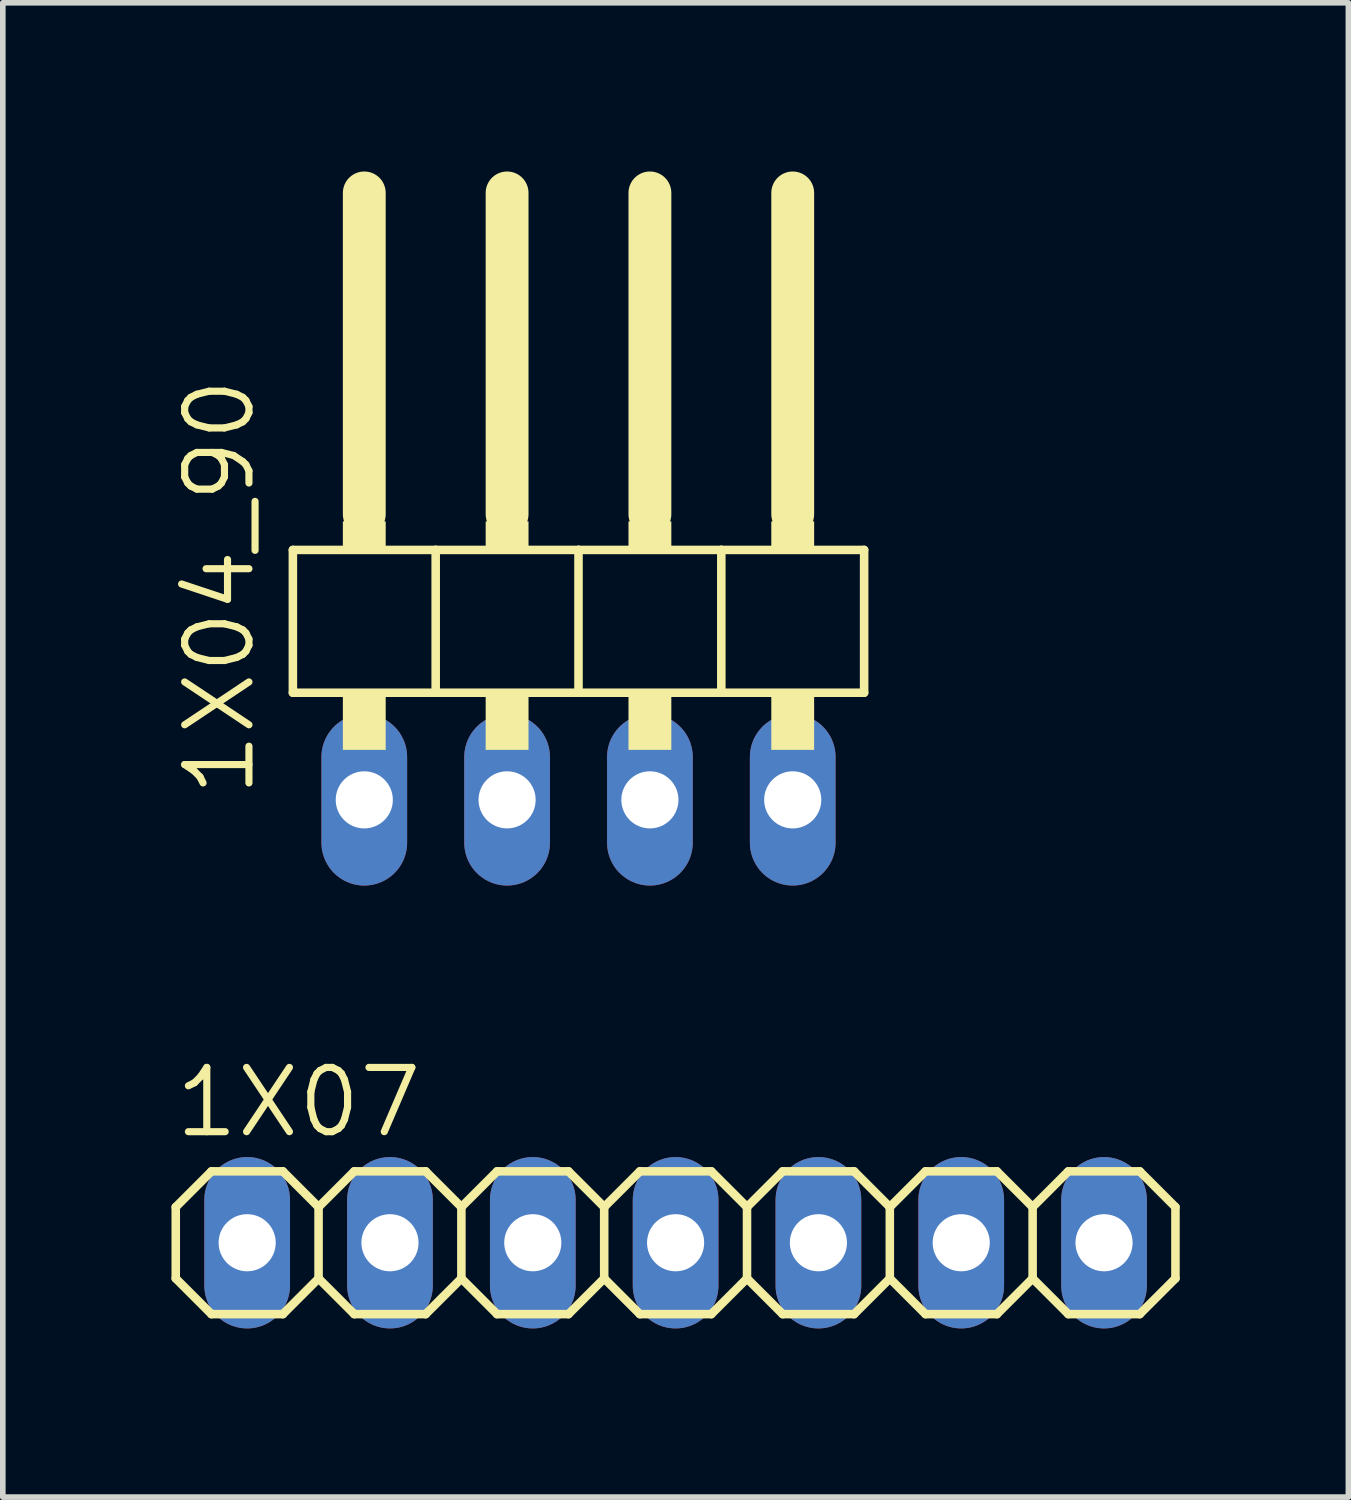
<source format=kicad_pcb>
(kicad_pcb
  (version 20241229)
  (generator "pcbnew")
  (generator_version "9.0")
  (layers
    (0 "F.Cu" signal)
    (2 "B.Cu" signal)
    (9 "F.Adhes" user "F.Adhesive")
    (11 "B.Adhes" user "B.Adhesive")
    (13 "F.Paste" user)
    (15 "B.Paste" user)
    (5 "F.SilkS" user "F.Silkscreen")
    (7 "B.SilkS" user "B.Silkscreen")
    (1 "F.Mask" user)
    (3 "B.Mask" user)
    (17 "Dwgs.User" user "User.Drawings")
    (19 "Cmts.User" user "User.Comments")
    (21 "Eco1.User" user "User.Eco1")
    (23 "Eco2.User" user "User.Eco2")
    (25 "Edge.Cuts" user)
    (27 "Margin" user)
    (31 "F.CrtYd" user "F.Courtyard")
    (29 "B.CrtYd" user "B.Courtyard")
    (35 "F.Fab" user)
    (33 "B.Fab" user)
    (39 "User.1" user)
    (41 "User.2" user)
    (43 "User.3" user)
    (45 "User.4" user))
  (footprint "1X04_90"
    (layer "F.Cu")
    (at 7.239 7.366)
    (property "Reference" "1X04_90" (at -5.715 3.81 90) (layer "F.SilkS") (effects (font (size 1.143 1.143) (thickness 0.127)) (justify left bottom)))
    (fp_line (start -5.08 -0.635) (end -5.08 1.905) (stroke (width 0.152) (type solid)) (layer "F.SilkS"))
    (fp_line (start -5.08 1.905) (end -2.54 1.905) (stroke (width 0.152) (type solid)) (layer "F.SilkS"))
    (fp_line (start -3.81 -6.985) (end -3.81 -1.27) (stroke (width 0.762) (type solid)) (layer "F.SilkS"))
    (fp_line (start -2.54 -0.635) (end -5.08 -0.635) (stroke (width 0.152) (type solid)) (layer "F.SilkS"))
    (fp_line (start -2.54 1.905) (end -2.54 -0.635) (stroke (width 0.152) (type solid)) (layer "F.SilkS"))
    (fp_line (start -2.54 1.905) (end 0 1.905) (stroke (width 0.152) (type solid)) (layer "F.SilkS"))
    (fp_line (start -1.27 -6.985) (end -1.27 -1.27) (stroke (width 0.762) (type solid)) (layer "F.SilkS"))
    (fp_line (start 0 -0.635) (end -2.54 -0.635) (stroke (width 0.152) (type solid)) (layer "F.SilkS"))
    (fp_line (start 0 1.905) (end 0 -0.635) (stroke (width 0.152) (type solid)) (layer "F.SilkS"))
    (fp_line (start 0 1.905) (end 2.54 1.905) (stroke (width 0.152) (type solid)) (layer "F.SilkS"))
    (fp_line (start 1.27 -6.985) (end 1.27 -1.27) (stroke (width 0.762) (type solid)) (layer "F.SilkS"))
    (fp_line (start 2.54 -0.635) (end 0 -0.635) (stroke (width 0.152) (type solid)) (layer "F.SilkS"))
    (fp_line (start 2.54 1.905) (end 2.54 -0.635) (stroke (width 0.152) (type solid)) (layer "F.SilkS"))
    (fp_line (start 2.54 1.905) (end 5.08 1.905) (stroke (width 0.152) (type solid)) (layer "F.SilkS"))
    (fp_line (start 3.81 -6.985) (end 3.81 -1.27) (stroke (width 0.762) (type solid)) (layer "F.SilkS"))
    (fp_line (start 5.08 -0.635) (end 2.54 -0.635) (stroke (width 0.152) (type solid)) (layer "F.SilkS"))
    (fp_line (start 5.08 1.905) (end 5.08 -0.635) (stroke (width 0.152) (type solid)) (layer "F.SilkS"))
    (fp_poly (pts (xy -4.191 -0.635) (xy -3.429 -0.635) (xy -3.429 -1.143) (xy -4.191 -1.143)) (stroke (width 0) (type solid)) (fill yes) (layer "F.SilkS"))
    (fp_poly (pts (xy -4.191 2.921) (xy -3.429 2.921) (xy -3.429 1.905) (xy -4.191 1.905)) (stroke (width 0) (type solid)) (fill yes) (layer "F.SilkS"))
    (fp_poly (pts (xy -1.651 -0.635) (xy -0.889 -0.635) (xy -0.889 -1.143) (xy -1.651 -1.143)) (stroke (width 0) (type solid)) (fill yes) (layer "F.SilkS"))
    (fp_poly (pts (xy -1.651 2.921) (xy -0.889 2.921) (xy -0.889 1.905) (xy -1.651 1.905)) (stroke (width 0) (type solid)) (fill yes) (layer "F.SilkS"))
    (fp_poly (pts (xy 0.889 -0.635) (xy 1.651 -0.635) (xy 1.651 -1.143) (xy 0.889 -1.143)) (stroke (width 0) (type solid)) (fill yes) (layer "F.SilkS"))
    (fp_poly (pts (xy 0.889 2.921) (xy 1.651 2.921) (xy 1.651 1.905) (xy 0.889 1.905)) (stroke (width 0) (type solid)) (fill yes) (layer "F.SilkS"))
    (fp_poly (pts (xy 3.429 -0.635) (xy 4.191 -0.635) (xy 4.191 -1.143) (xy 3.429 -1.143)) (stroke (width 0) (type solid)) (fill yes) (layer "F.SilkS"))
    (fp_poly (pts (xy 3.429 2.921) (xy 4.191 2.921) (xy 4.191 1.905) (xy 3.429 1.905)) (stroke (width 0) (type solid)) (fill yes) (layer "F.SilkS"))
    (pad "1" thru_hole oval (at -3.81 3.81 90) (size 3.048 1.524) (drill 1.016) (layers "*.Cu" "*.Mask"))
    (pad "2" thru_hole oval (at -1.27 3.81 90) (size 3.048 1.524) (drill 1.016) (layers "*.Cu" "*.Mask"))
    (pad "3" thru_hole oval (at 1.27 3.81 90) (size 3.048 1.524) (drill 1.016) (layers "*.Cu" "*.Mask"))
    (pad "4" thru_hole oval (at 3.81 3.81 90) (size 3.048 1.524) (drill 1.016) (layers "*.Cu" "*.Mask")))
  (footprint "1X07"
    (layer "F.Cu")
    (at 8.966 19.053)
    (property "Reference" "1X07" (at -8.966 -1.829 0) (layer "F.SilkS") (effects (font (size 1.143 1.143) (thickness 0.127)) (justify left bottom)))
    (fp_line (start -8.89 -0.635) (end -8.89 0.635) (stroke (width 0.152) (type solid)) (layer "F.SilkS"))
    (fp_line (start -8.89 0.635) (end -8.255 1.27) (stroke (width 0.152) (type solid)) (layer "F.SilkS"))
    (fp_line (start -8.255 -1.27) (end -8.89 -0.635) (stroke (width 0.152) (type solid)) (layer "F.SilkS"))
    (fp_line (start -8.255 -1.27) (end -6.985 -1.27) (stroke (width 0.152) (type solid)) (layer "F.SilkS"))
    (fp_line (start -6.985 -1.27) (end -6.35 -0.635) (stroke (width 0.152) (type solid)) (layer "F.SilkS"))
    (fp_line (start -6.985 1.27) (end -8.255 1.27) (stroke (width 0.152) (type solid)) (layer "F.SilkS"))
    (fp_line (start -6.35 -0.635) (end -6.35 0.635) (stroke (width 0.152) (type solid)) (layer "F.SilkS"))
    (fp_line (start -6.35 -0.635) (end -5.715 -1.27) (stroke (width 0.152) (type solid)) (layer "F.SilkS"))
    (fp_line (start -6.35 0.635) (end -6.985 1.27) (stroke (width 0.152) (type solid)) (layer "F.SilkS"))
    (fp_line (start -5.715 -1.27) (end -4.445 -1.27) (stroke (width 0.152) (type solid)) (layer "F.SilkS"))
    (fp_line (start -5.715 1.27) (end -6.35 0.635) (stroke (width 0.152) (type solid)) (layer "F.SilkS"))
    (fp_line (start -4.445 -1.27) (end -3.81 -0.635) (stroke (width 0.152) (type solid)) (layer "F.SilkS"))
    (fp_line (start -4.445 1.27) (end -5.715 1.27) (stroke (width 0.152) (type solid)) (layer "F.SilkS"))
    (fp_line (start -3.81 -0.635) (end -3.81 0.635) (stroke (width 0.152) (type solid)) (layer "F.SilkS"))
    (fp_line (start -3.81 -0.635) (end -3.175 -1.27) (stroke (width 0.152) (type solid)) (layer "F.SilkS"))
    (fp_line (start -3.81 0.635) (end -4.445 1.27) (stroke (width 0.152) (type solid)) (layer "F.SilkS"))
    (fp_line (start -3.175 -1.27) (end -1.905 -1.27) (stroke (width 0.152) (type solid)) (layer "F.SilkS"))
    (fp_line (start -3.175 1.27) (end -3.81 0.635) (stroke (width 0.152) (type solid)) (layer "F.SilkS"))
    (fp_line (start -1.905 -1.27) (end -1.27 -0.635) (stroke (width 0.152) (type solid)) (layer "F.SilkS"))
    (fp_line (start -1.905 1.27) (end -3.175 1.27) (stroke (width 0.152) (type solid)) (layer "F.SilkS"))
    (fp_line (start -1.27 -0.635) (end -1.27 0.635) (stroke (width 0.152) (type solid)) (layer "F.SilkS"))
    (fp_line (start -1.27 0.635) (end -1.905 1.27) (stroke (width 0.152) (type solid)) (layer "F.SilkS"))
    (fp_line (start -1.27 0.635) (end -0.635 1.27) (stroke (width 0.152) (type solid)) (layer "F.SilkS"))
    (fp_line (start -0.635 -1.27) (end -1.27 -0.635) (stroke (width 0.152) (type solid)) (layer "F.SilkS"))
    (fp_line (start -0.635 -1.27) (end 0.635 -1.27) (stroke (width 0.152) (type solid)) (layer "F.SilkS"))
    (fp_line (start 0.635 -1.27) (end 1.27 -0.635) (stroke (width 0.152) (type solid)) (layer "F.SilkS"))
    (fp_line (start 0.635 1.27) (end -0.635 1.27) (stroke (width 0.152) (type solid)) (layer "F.SilkS"))
    (fp_line (start 1.27 -0.635) (end 1.27 0.635) (stroke (width 0.152) (type solid)) (layer "F.SilkS"))
    (fp_line (start 1.27 -0.635) (end 1.905 -1.27) (stroke (width 0.152) (type solid)) (layer "F.SilkS"))
    (fp_line (start 1.27 0.635) (end 0.635 1.27) (stroke (width 0.152) (type solid)) (layer "F.SilkS"))
    (fp_line (start 1.905 -1.27) (end 3.175 -1.27) (stroke (width 0.152) (type solid)) (layer "F.SilkS"))
    (fp_line (start 1.905 1.27) (end 1.27 0.635) (stroke (width 0.152) (type solid)) (layer "F.SilkS"))
    (fp_line (start 3.175 -1.27) (end 3.81 -0.635) (stroke (width 0.152) (type solid)) (layer "F.SilkS"))
    (fp_line (start 3.175 1.27) (end 1.905 1.27) (stroke (width 0.152) (type solid)) (layer "F.SilkS"))
    (fp_line (start 3.81 -0.635) (end 3.81 0.635) (stroke (width 0.152) (type solid)) (layer "F.SilkS"))
    (fp_line (start 3.81 -0.635) (end 4.445 -1.27) (stroke (width 0.152) (type solid)) (layer "F.SilkS"))
    (fp_line (start 3.81 0.635) (end 3.175 1.27) (stroke (width 0.152) (type solid)) (layer "F.SilkS"))
    (fp_line (start 4.445 -1.27) (end 5.715 -1.27) (stroke (width 0.152) (type solid)) (layer "F.SilkS"))
    (fp_line (start 4.445 1.27) (end 3.81 0.635) (stroke (width 0.152) (type solid)) (layer "F.SilkS"))
    (fp_line (start 5.715 -1.27) (end 6.35 -0.635) (stroke (width 0.152) (type solid)) (layer "F.SilkS"))
    (fp_line (start 5.715 1.27) (end 4.445 1.27) (stroke (width 0.152) (type solid)) (layer "F.SilkS"))
    (fp_line (start 6.35 -0.635) (end 6.35 0.635) (stroke (width 0.152) (type solid)) (layer "F.SilkS"))
    (fp_line (start 6.35 0.635) (end 5.715 1.27) (stroke (width 0.152) (type solid)) (layer "F.SilkS"))
    (fp_line (start 6.35 0.635) (end 6.985 1.27) (stroke (width 0.152) (type solid)) (layer "F.SilkS"))
    (fp_line (start 6.985 -1.27) (end 6.35 -0.635) (stroke (width 0.152) (type solid)) (layer "F.SilkS"))
    (fp_line (start 6.985 -1.27) (end 8.255 -1.27) (stroke (width 0.152) (type solid)) (layer "F.SilkS"))
    (fp_line (start 8.255 -1.27) (end 8.89 -0.635) (stroke (width 0.152) (type solid)) (layer "F.SilkS"))
    (fp_line (start 8.255 1.27) (end 6.985 1.27) (stroke (width 0.152) (type solid)) (layer "F.SilkS"))
    (fp_line (start 8.89 -0.635) (end 8.89 0.635) (stroke (width 0.152) (type solid)) (layer "F.SilkS"))
    (fp_line (start 8.89 0.635) (end 8.255 1.27) (stroke (width 0.152) (type solid)) (layer "F.SilkS"))
    (fp_poly (pts (xy -7.874 0.254) (xy -7.366 0.254) (xy -7.366 -0.254) (xy -7.874 -0.254)) (stroke (width 0.1) (type solid)) (fill no) (layer "F.Fab"))
    (fp_poly (pts (xy -5.334 0.254) (xy -4.826 0.254) (xy -4.826 -0.254) (xy -5.334 -0.254)) (stroke (width 0.1) (type solid)) (fill no) (layer "F.Fab"))
    (fp_poly (pts (xy -2.794 0.254) (xy -2.286 0.254) (xy -2.286 -0.254) (xy -2.794 -0.254)) (stroke (width 0.1) (type solid)) (fill no) (layer "F.Fab"))
    (fp_poly (pts (xy -0.254 0.254) (xy 0.254 0.254) (xy 0.254 -0.254) (xy -0.254 -0.254)) (stroke (width 0.1) (type solid)) (fill no) (layer "F.Fab"))
    (fp_poly (pts (xy 2.286 0.254) (xy 2.794 0.254) (xy 2.794 -0.254) (xy 2.286 -0.254)) (stroke (width 0.1) (type solid)) (fill no) (layer "F.Fab"))
    (fp_poly (pts (xy 4.826 0.254) (xy 5.334 0.254) (xy 5.334 -0.254) (xy 4.826 -0.254)) (stroke (width 0.1) (type solid)) (fill no) (layer "F.Fab"))
    (fp_poly (pts (xy 7.366 0.254) (xy 7.874 0.254) (xy 7.874 -0.254) (xy 7.366 -0.254)) (stroke (width 0.1) (type solid)) (fill no) (layer "F.Fab"))
    (pad "1" thru_hole oval (at -7.62 0 90) (size 3.048 1.524) (drill 1.016) (layers "*.Cu" "*.Mask"))
    (pad "2" thru_hole oval (at -5.08 0 90) (size 3.048 1.524) (drill 1.016) (layers "*.Cu" "*.Mask"))
    (pad "3" thru_hole oval (at -2.54 0 90) (size 3.048 1.524) (drill 1.016) (layers "*.Cu" "*.Mask"))
    (pad "4" thru_hole oval (at 0 0 90) (size 3.048 1.524) (drill 1.016) (layers "*.Cu" "*.Mask"))
    (pad "5" thru_hole oval (at 2.54 0 90) (size 3.048 1.524) (drill 1.016) (layers "*.Cu" "*.Mask"))
    (pad "6" thru_hole oval (at 5.08 0 90) (size 3.048 1.524) (drill 1.016) (layers "*.Cu" "*.Mask"))
    (pad "7" thru_hole oval (at 7.62 0 90) (size 3.048 1.524) (drill 1.016) (layers "*.Cu" "*.Mask")))
  (gr_rect
    (start -3 -3)
    (end 20.932 23.577)
    (stroke (width 0.1) (type default))
    (fill no)
    (layer "Edge.Cuts")))
</source>
